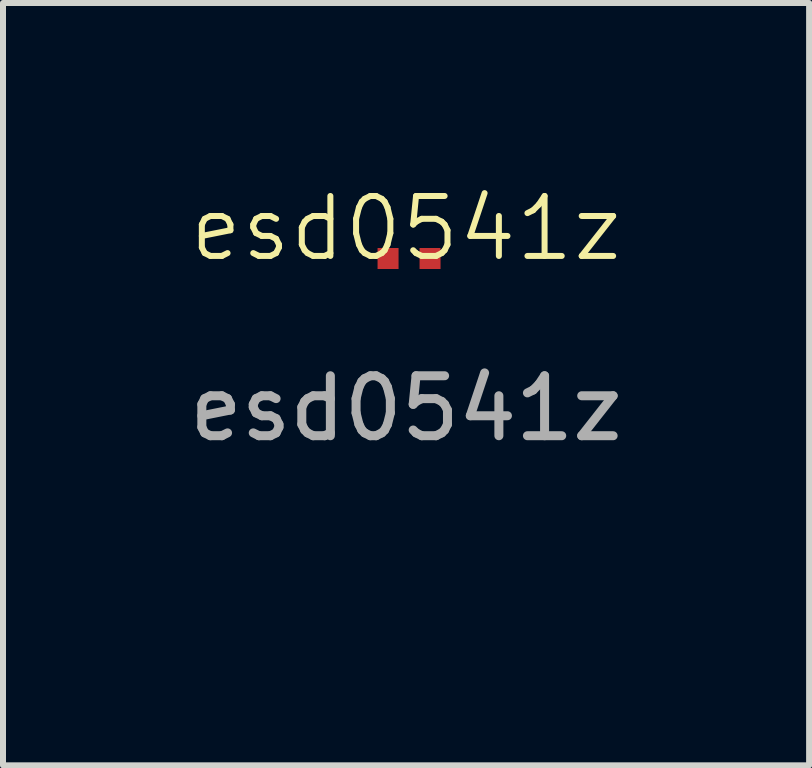
<source format=kicad_pcb>
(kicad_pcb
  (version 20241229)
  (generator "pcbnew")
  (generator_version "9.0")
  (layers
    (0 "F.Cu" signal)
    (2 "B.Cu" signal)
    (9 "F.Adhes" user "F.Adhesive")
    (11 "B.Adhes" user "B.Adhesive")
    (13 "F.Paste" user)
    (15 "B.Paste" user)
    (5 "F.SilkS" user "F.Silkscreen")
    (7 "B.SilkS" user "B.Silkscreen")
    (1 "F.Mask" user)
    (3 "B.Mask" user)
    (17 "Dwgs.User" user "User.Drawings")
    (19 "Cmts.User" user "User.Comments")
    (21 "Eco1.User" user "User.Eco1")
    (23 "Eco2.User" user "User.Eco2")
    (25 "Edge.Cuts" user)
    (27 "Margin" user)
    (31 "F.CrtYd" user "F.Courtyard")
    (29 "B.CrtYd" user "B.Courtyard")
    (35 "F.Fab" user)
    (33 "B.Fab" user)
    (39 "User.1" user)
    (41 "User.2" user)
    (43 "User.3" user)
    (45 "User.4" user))
  (footprint "esd0541z"
    (layer "F.Cu")
    (at 3.72 6.46)
    (property "Reference" "esd0541z" (at 0 -5.7 0) (unlocked yes) (layer "F.SilkS") (effects (font (size 1 1) (thickness 0.1))))
    (attr smd)
    (fp_text user "${REFERENCE}" (at 0 -2.7 0) (unlocked yes) (layer "F.Fab") (effects (font (size 1 1) (thickness 0.15))))
    (pad "1" smd rect (at -0.3 -5.2) (size 0.35 0.35) (layers "F.Cu" "F.Mask" "F.Paste"))
    (pad "1" smd rect (at 0.4 -5.2) (size 0.35 0.35) (layers "F.Cu" "F.Mask" "F.Paste")))
  (gr_rect
    (start -3 -3)
    (end 10.44 9.71)
    (stroke (width 0.1) (type default))
    (fill no)
    (layer "Edge.Cuts")))
</source>
